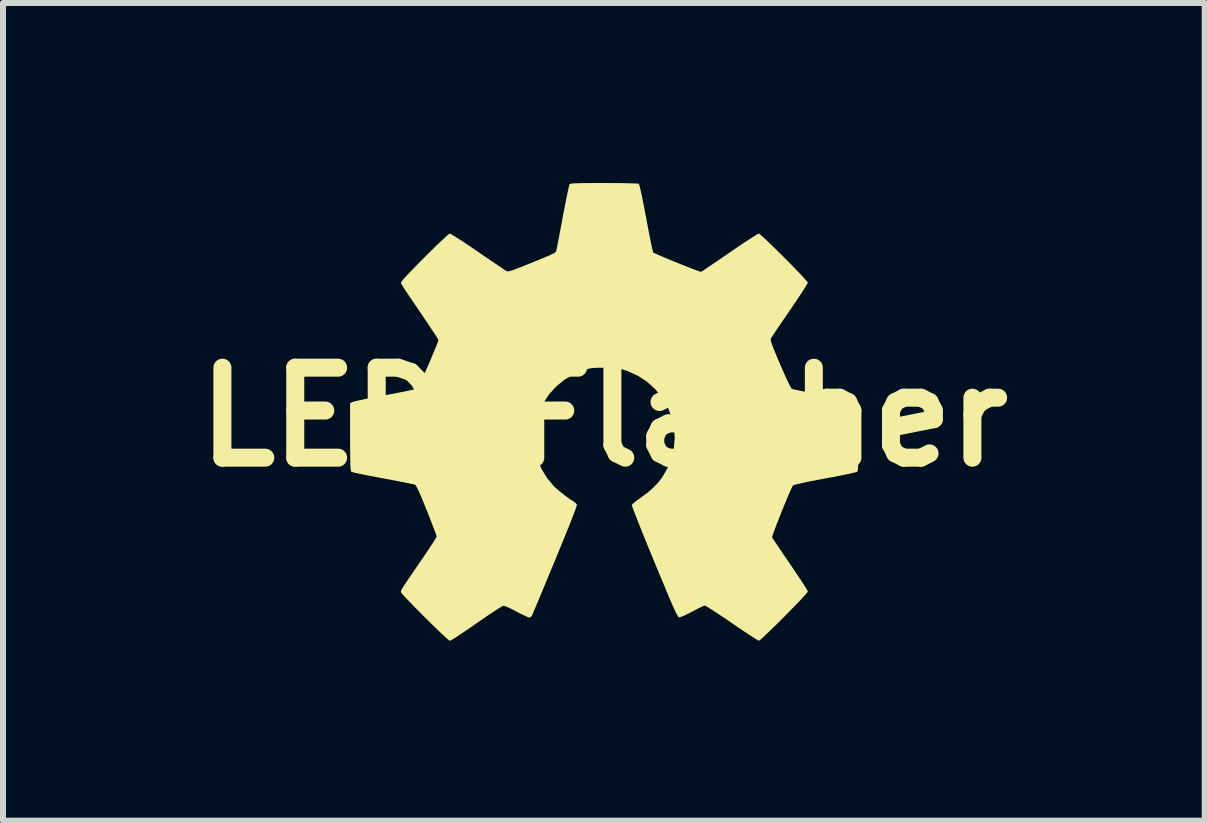
<source format=kicad_pcb>
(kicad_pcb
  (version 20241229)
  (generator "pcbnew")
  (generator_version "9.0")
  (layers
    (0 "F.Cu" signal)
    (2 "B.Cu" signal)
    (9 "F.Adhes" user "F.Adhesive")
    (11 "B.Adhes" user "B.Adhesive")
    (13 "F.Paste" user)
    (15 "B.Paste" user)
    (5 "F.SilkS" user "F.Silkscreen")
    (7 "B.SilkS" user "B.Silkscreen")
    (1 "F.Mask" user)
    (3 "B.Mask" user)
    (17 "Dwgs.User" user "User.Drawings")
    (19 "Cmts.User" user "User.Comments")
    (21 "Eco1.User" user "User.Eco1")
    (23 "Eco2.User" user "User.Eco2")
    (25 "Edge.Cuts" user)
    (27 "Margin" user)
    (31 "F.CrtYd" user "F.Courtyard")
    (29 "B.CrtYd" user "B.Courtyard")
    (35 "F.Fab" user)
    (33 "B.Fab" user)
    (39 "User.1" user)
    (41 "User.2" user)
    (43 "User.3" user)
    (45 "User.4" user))
  (footprint "LED Flasher"
    (layer "F.Cu")
    (at 7.014 3.9)
    (property "Reference" "LED Flasher" (at 0 0 0) (layer "F.SilkS") (effects (font (size 1.5 1.5) (thickness 0.3))))
    (attr board_only exclude_from_pos_files exclude_from_bom)
    (fp_poly (pts (xy 0.129 -3.899) (xy 0.245 -3.899) (xy 0.349 -3.897) (xy 0.437 -3.895) (xy 0.508 -3.893) (xy 0.557 -3.891) (xy 0.581 -3.889) (xy 0.583 -3.888) (xy 0.59 -3.871) (xy 0.602 -3.828) (xy 0.617 -3.761) (xy 0.636 -3.671) (xy 0.659 -3.561) (xy 0.683 -3.433) (xy 0.706 -3.316) (xy 0.729 -3.193) (xy 0.751 -3.079) (xy 0.771 -2.976) (xy 0.789 -2.888) (xy 0.804 -2.818) (xy 0.815 -2.769) (xy 0.822 -2.745) (xy 0.823 -2.742) (xy 0.841 -2.732) (xy 0.881 -2.714) (xy 0.938 -2.689) (xy 1.01 -2.658) (xy 1.092 -2.624) (xy 1.18 -2.588) (xy 1.269 -2.552) (xy 1.357 -2.517) (xy 1.438 -2.485) (xy 1.509 -2.458) (xy 1.566 -2.437) (xy 1.605 -2.423) (xy 1.622 -2.42) (xy 1.622 -2.42) (xy 1.637 -2.429) (xy 1.672 -2.452) (xy 1.727 -2.489) (xy 1.796 -2.536) (xy 1.879 -2.592) (xy 1.972 -2.656) (xy 2.073 -2.725) (xy 2.097 -2.741) (xy 2.199 -2.811) (xy 2.295 -2.876) (xy 2.382 -2.933) (xy 2.456 -2.982) (xy 2.516 -3.02) (xy 2.558 -3.045) (xy 2.58 -3.057) (xy 2.582 -3.057) (xy 2.598 -3.047) (xy 2.631 -3.019) (xy 2.679 -2.976) (xy 2.738 -2.921) (xy 2.806 -2.855) (xy 2.881 -2.782) (xy 2.96 -2.704) (xy 3.039 -2.625) (xy 3.117 -2.546) (xy 3.19 -2.471) (xy 3.257 -2.402) (xy 3.314 -2.341) (xy 3.358 -2.292) (xy 3.388 -2.257) (xy 3.4 -2.239) (xy 3.4 -2.239) (xy 3.392 -2.221) (xy 3.37 -2.184) (xy 3.335 -2.128) (xy 3.289 -2.057) (xy 3.233 -1.973) (xy 3.171 -1.881) (xy 3.103 -1.781) (xy 3.098 -1.774) (xy 3.03 -1.674) (xy 2.965 -1.58) (xy 2.908 -1.495) (xy 2.859 -1.423) (xy 2.821 -1.365) (xy 2.795 -1.325) (xy 2.783 -1.306) (xy 2.783 -1.306) (xy 2.781 -1.292) (xy 2.784 -1.27) (xy 2.793 -1.237) (xy 2.81 -1.189) (xy 2.835 -1.125) (xy 2.87 -1.041) (xy 2.914 -0.935) (xy 2.938 -0.879) (xy 2.984 -0.774) (xy 3.026 -0.679) (xy 3.063 -0.599) (xy 3.094 -0.535) (xy 3.117 -0.491) (xy 3.131 -0.471) (xy 3.132 -0.47) (xy 3.151 -0.464) (xy 3.195 -0.454) (xy 3.261 -0.44) (xy 3.345 -0.423) (xy 3.444 -0.404) (xy 3.555 -0.382) (xy 3.675 -0.36) (xy 3.688 -0.357) (xy 3.825 -0.331) (xy 3.946 -0.308) (xy 4.048 -0.287) (xy 4.129 -0.269) (xy 4.188 -0.254) (xy 4.223 -0.244) (xy 4.231 -0.24) (xy 4.233 -0.222) (xy 4.236 -0.179) (xy 4.238 -0.113) (xy 4.24 -0.029) (xy 4.241 0.072) (xy 4.242 0.185) (xy 4.243 0.307) (xy 4.243 0.338) (xy 4.243 0.482) (xy 4.242 0.601) (xy 4.241 0.697) (xy 4.24 0.771) (xy 4.238 0.826) (xy 4.235 0.866) (xy 4.231 0.892) (xy 4.227 0.907) (xy 4.223 0.913) (xy 4.204 0.92) (xy 4.161 0.93) (xy 4.097 0.945) (xy 4.014 0.962) (xy 3.916 0.981) (xy 3.806 1.003) (xy 3.691 1.024) (xy 3.561 1.049) (xy 3.444 1.071) (xy 3.344 1.092) (xy 3.262 1.11) (xy 3.201 1.124) (xy 3.164 1.135) (xy 3.154 1.139) (xy 3.143 1.157) (xy 3.123 1.198) (xy 3.097 1.257) (xy 3.065 1.33) (xy 3.03 1.415) (xy 2.993 1.505) (xy 2.955 1.599) (xy 2.918 1.692) (xy 2.884 1.779) (xy 2.854 1.858) (xy 2.83 1.924) (xy 2.813 1.973) (xy 2.805 2.002) (xy 2.805 2.007) (xy 2.815 2.023) (xy 2.838 2.059) (xy 2.875 2.114) (xy 2.922 2.183) (xy 2.977 2.265) (xy 3.04 2.357) (xy 3.106 2.454) (xy 3.173 2.553) (xy 3.235 2.645) (xy 3.29 2.728) (xy 3.336 2.799) (xy 3.371 2.855) (xy 3.393 2.892) (xy 3.4 2.909) (xy 3.39 2.925) (xy 3.362 2.958) (xy 3.319 3.006) (xy 3.264 3.065) (xy 3.198 3.134) (xy 3.125 3.208) (xy 3.048 3.287) (xy 2.969 3.367) (xy 2.89 3.445) (xy 2.815 3.518) (xy 2.746 3.585) (xy 2.686 3.642) (xy 2.637 3.687) (xy 2.603 3.716) (xy 2.585 3.728) (xy 2.584 3.729) (xy 2.567 3.721) (xy 2.53 3.698) (xy 2.475 3.663) (xy 2.405 3.618) (xy 2.322 3.563) (xy 2.23 3.501) (xy 2.135 3.436) (xy 2.037 3.368) (xy 1.945 3.307) (xy 1.862 3.252) (xy 1.792 3.207) (xy 1.737 3.172) (xy 1.7 3.15) (xy 1.684 3.143) (xy 1.663 3.149) (xy 1.622 3.167) (xy 1.567 3.194) (xy 1.502 3.228) (xy 1.472 3.244) (xy 1.4 3.281) (xy 1.337 3.311) (xy 1.288 3.331) (xy 1.258 3.34) (xy 1.254 3.34) (xy 1.246 3.336) (xy 1.237 3.325) (xy 1.225 3.305) (xy 1.208 3.275) (xy 1.188 3.232) (xy 1.162 3.175) (xy 1.13 3.103) (xy 1.091 3.013) (xy 1.045 2.903) (xy 0.991 2.773) (xy 0.927 2.62) (xy 0.853 2.442) (xy 0.84 2.411) (xy 0.777 2.257) (xy 0.717 2.11) (xy 0.661 1.973) (xy 0.611 1.848) (xy 0.567 1.736) (xy 0.529 1.641) (xy 0.5 1.564) (xy 0.479 1.507) (xy 0.468 1.474) (xy 0.466 1.465) (xy 0.481 1.448) (xy 0.514 1.42) (xy 0.56 1.384) (xy 0.605 1.352) (xy 0.724 1.264) (xy 0.82 1.182) (xy 0.9 1.099) (xy 0.969 1.01) (xy 1.03 0.909) (xy 1.06 0.852) (xy 1.127 0.688) (xy 1.167 0.518) (xy 1.181 0.346) (xy 1.169 0.174) (xy 1.131 0.006) (xy 1.068 -0.157) (xy 0.98 -0.31) (xy 0.868 -0.451) (xy 0.86 -0.46) (xy 0.726 -0.583) (xy 0.576 -0.682) (xy 0.409 -0.76) (xy 0.328 -0.788) (xy 0.281 -0.802) (xy 0.237 -0.811) (xy 0.188 -0.817) (xy 0.128 -0.82) (xy 0.049 -0.821) (xy 0.007 -0.821) (xy -0.082 -0.821) (xy -0.149 -0.819) (xy -0.202 -0.814) (xy -0.248 -0.806) (xy -0.293 -0.794) (xy -0.314 -0.788) (xy -0.489 -0.719) (xy -0.647 -0.628) (xy -0.787 -0.515) (xy -0.909 -0.383) (xy -1.009 -0.231) (xy -1.037 -0.179) (xy -1.095 -0.047) (xy -1.133 0.078) (xy -1.153 0.207) (xy -1.159 0.343) (xy -1.146 0.526) (xy -1.105 0.7) (xy -1.039 0.865) (xy -0.947 1.017) (xy -0.833 1.153) (xy -0.781 1.201) (xy -0.715 1.256) (xy -0.642 1.313) (xy -0.571 1.365) (xy -0.51 1.404) (xy -0.503 1.409) (xy -0.47 1.434) (xy -0.45 1.46) (xy -0.449 1.464) (xy -0.453 1.483) (xy -0.468 1.527) (xy -0.493 1.594) (xy -0.527 1.683) (xy -0.57 1.792) (xy -0.622 1.921) (xy -0.681 2.067) (xy -0.748 2.23) (xy -0.813 2.389) (xy -0.877 2.542) (xy -0.937 2.686) (xy -0.993 2.822) (xy -1.044 2.945) (xy -1.09 3.055) (xy -1.129 3.148) (xy -1.161 3.223) (xy -1.184 3.277) (xy -1.197 3.308) (xy -1.2 3.314) (xy -1.223 3.337) (xy -1.242 3.343) (xy -1.264 3.336) (xy -1.306 3.318) (xy -1.362 3.291) (xy -1.427 3.258) (xy -1.458 3.241) (xy -1.542 3.198) (xy -1.608 3.167) (xy -1.654 3.15) (xy -1.677 3.146) (xy -1.697 3.156) (xy -1.736 3.18) (xy -1.792 3.215) (xy -1.86 3.26) (xy -1.937 3.311) (xy -1.986 3.345) (xy -2.118 3.436) (xy -2.228 3.512) (xy -2.319 3.574) (xy -2.392 3.623) (xy -2.45 3.662) (xy -2.494 3.69) (xy -2.526 3.709) (xy -2.548 3.722) (xy -2.563 3.727) (xy -2.569 3.729) (xy -2.584 3.719) (xy -2.617 3.691) (xy -2.665 3.647) (xy -2.726 3.59) (xy -2.798 3.52) (xy -2.878 3.442) (xy -2.965 3.357) (xy -2.982 3.34) (xy -3.069 3.252) (xy -3.15 3.17) (xy -3.222 3.096) (xy -3.283 3.033) (xy -3.331 2.982) (xy -3.364 2.946) (xy -3.379 2.927) (xy -3.379 2.926) (xy -3.382 2.917) (xy -3.383 2.909) (xy -3.381 2.898) (xy -3.374 2.882) (xy -3.361 2.859) (xy -3.341 2.826) (xy -3.312 2.782) (xy -3.273 2.724) (xy -3.222 2.649) (xy -3.158 2.555) (xy -3.079 2.441) (xy -3.072 2.43) (xy -3.006 2.333) (xy -2.945 2.243) (xy -2.891 2.162) (xy -2.846 2.093) (xy -2.813 2.041) (xy -2.792 2.006) (xy -2.786 1.992) (xy -2.791 1.974) (xy -2.805 1.933) (xy -2.828 1.872) (xy -2.858 1.795) (xy -2.893 1.705) (xy -2.932 1.605) (xy -2.952 1.556) (xy -3.002 1.432) (xy -3.043 1.333) (xy -3.076 1.256) (xy -3.102 1.2) (xy -3.122 1.161) (xy -3.137 1.137) (xy -3.148 1.128) (xy -3.169 1.122) (xy -3.214 1.113) (xy -3.281 1.099) (xy -3.366 1.082) (xy -3.465 1.063) (xy -3.575 1.042) (xy -3.684 1.022) (xy -3.801 1) (xy -3.91 0.979) (xy -4.007 0.96) (xy -4.088 0.943) (xy -4.151 0.929) (xy -4.193 0.918) (xy -4.209 0.913) (xy -4.214 0.904) (xy -4.218 0.885) (xy -4.222 0.853) (xy -4.224 0.806) (xy -4.226 0.741) (xy -4.227 0.657) (xy -4.228 0.55) (xy -4.229 0.418) (xy -4.229 0.334) (xy -4.229 -0.228) (xy -4.196 -0.248) (xy -4.175 -0.255) (xy -4.13 -0.266) (xy -4.062 -0.281) (xy -3.977 -0.299) (xy -3.877 -0.319) (xy -3.765 -0.34) (xy -3.646 -0.363) (xy -3.643 -0.363) (xy -3.524 -0.385) (xy -3.414 -0.407) (xy -3.315 -0.426) (xy -3.232 -0.444) (xy -3.166 -0.459) (xy -3.123 -0.47) (xy -3.104 -0.476) (xy -3.103 -0.476) (xy -3.093 -0.494) (xy -3.074 -0.534) (xy -3.047 -0.592) (xy -3.014 -0.664) (xy -2.978 -0.747) (xy -2.939 -0.835) (xy -2.9 -0.926) (xy -2.863 -1.014) (xy -2.829 -1.096) (xy -2.799 -1.168) (xy -2.776 -1.226) (xy -2.762 -1.265) (xy -2.757 -1.281) (xy -2.765 -1.298) (xy -2.787 -1.335) (xy -2.822 -1.39) (xy -2.869 -1.46) (xy -2.924 -1.544) (xy -2.987 -1.637) (xy -3.055 -1.737) (xy -3.066 -1.753) (xy -3.135 -1.855) (xy -3.2 -1.95) (xy -3.257 -2.035) (xy -3.306 -2.109) (xy -3.344 -2.168) (xy -3.37 -2.209) (xy -3.382 -2.23) (xy -3.382 -2.231) (xy -3.38 -2.242) (xy -3.368 -2.262) (xy -3.346 -2.291) (xy -3.31 -2.331) (xy -3.261 -2.384) (xy -3.195 -2.452) (xy -3.113 -2.536) (xy -3.012 -2.638) (xy -2.992 -2.658) (xy -2.89 -2.759) (xy -2.8 -2.848) (xy -2.722 -2.923) (xy -2.658 -2.982) (xy -2.61 -3.026) (xy -2.578 -3.051) (xy -2.567 -3.057) (xy -2.549 -3.049) (xy -2.511 -3.027) (xy -2.455 -2.992) (xy -2.383 -2.946) (xy -2.299 -2.891) (xy -2.206 -2.828) (xy -2.106 -2.76) (xy -2.095 -2.752) (xy -1.994 -2.683) (xy -1.899 -2.618) (xy -1.813 -2.56) (xy -1.74 -2.511) (xy -1.681 -2.471) (xy -1.64 -2.444) (xy -1.62 -2.431) (xy -1.619 -2.431) (xy -1.606 -2.427) (xy -1.588 -2.428) (xy -1.561 -2.434) (xy -1.521 -2.446) (xy -1.467 -2.466) (xy -1.394 -2.494) (xy -1.3 -2.532) (xy -1.233 -2.559) (xy -1.115 -2.607) (xy -1.021 -2.646) (xy -0.948 -2.676) (xy -0.894 -2.7) (xy -0.854 -2.718) (xy -0.827 -2.732) (xy -0.811 -2.744) (xy -0.801 -2.754) (xy -0.795 -2.764) (xy -0.793 -2.77) (xy -0.789 -2.79) (xy -0.78 -2.835) (xy -0.767 -2.902) (xy -0.75 -2.986) (xy -0.731 -3.086) (xy -0.71 -3.197) (xy -0.688 -3.317) (xy -0.686 -3.329) (xy -0.663 -3.449) (xy -0.641 -3.561) (xy -0.621 -3.661) (xy -0.603 -3.746) (xy -0.589 -3.813) (xy -0.578 -3.858) (xy -0.571 -3.879) (xy -0.57 -3.88) (xy -0.562 -3.885) (xy -0.544 -3.889) (xy -0.514 -3.893) (xy -0.471 -3.895) (xy -0.41 -3.897) (xy -0.33 -3.899) (xy -0.229 -3.899) (xy -0.103 -3.9) (xy 0.005 -3.9)) (stroke (width 0) (type solid)) (fill yes) (layer "F.SilkS")))
  (gr_rect
    (start -3 -3)
    (end 17.029 10.628)
    (stroke (width 0.1) (type default))
    (fill no)
    (layer "Edge.Cuts")))
</source>
